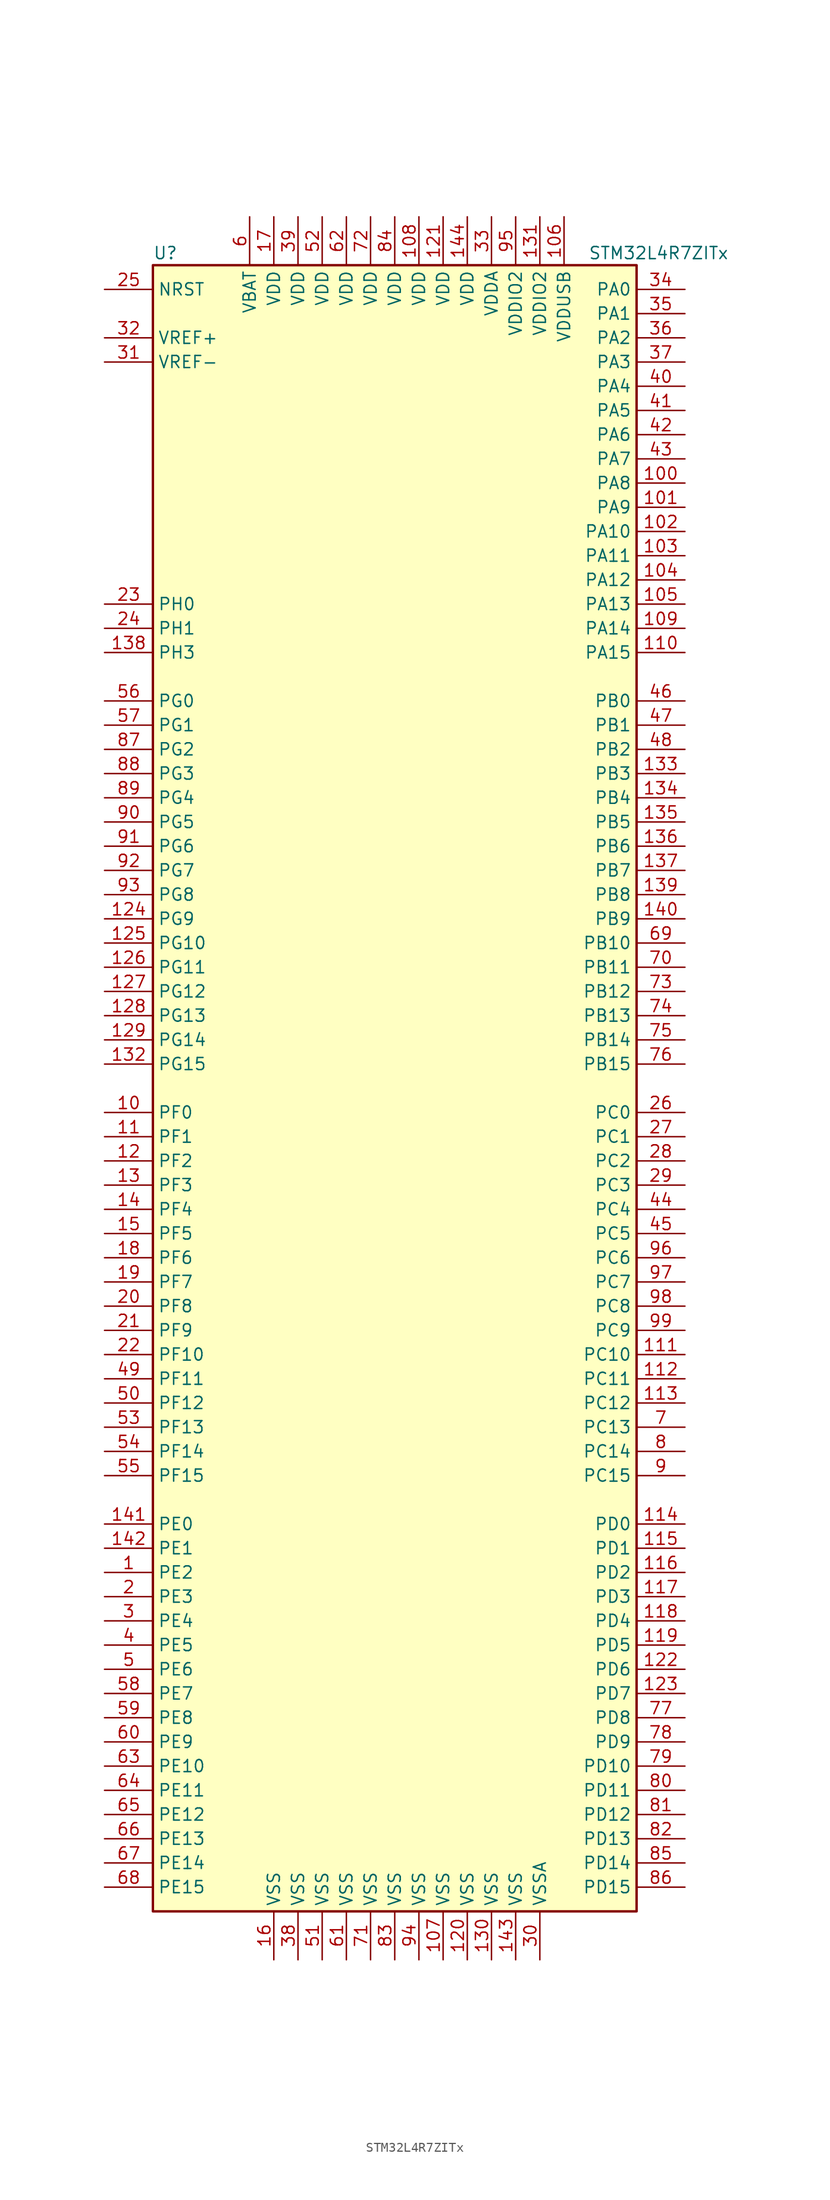
<source format=kicad_sym>
(kicad_symbol_lib
  (version 20201005)
  (generator kicad_symbol_editor)
  (symbol "MCU_ST_STM32L4+:STM32L4R7ZITx"
    (property "Reference" "U"
      (at -25.4 87.63 0)
      (effects (font (size 1.27 1.27)) (justify left)))
    (property "Value" "STM32L4R7ZITx"
      (at 20.32 87.63 0)
      (effects (font (size 1.27 1.27)) (justify left)))
    (symbol "STM32L4R7ZITx_0_1"
      (rectangle (start -25.4 -86.36) (end 25.4 86.36) (stroke (width 0.254)) (fill (type background))))
    (symbol "STM32L4R7ZITx_1_1"
      (pin input line (at -30.48 83.82 0) (length 5.08) (name "NRST" (effects (font (size 1.27 1.27)))) (number "25" (effects (font (size 1.27 1.27)))))
      (pin bidirectional line (at 30.48 83.82 180) (length 5.08) (name "PA0" (effects (font (size 1.27 1.27)))) (number "34" (effects (font (size 1.27 1.27)))))
      (pin bidirectional line (at 30.48 81.28 180) (length 5.08) (name "PA1" (effects (font (size 1.27 1.27)))) (number "35" (effects (font (size 1.27 1.27)))))
      (pin bidirectional line (at 30.48 58.42 180) (length 5.08) (name "PA10" (effects (font (size 1.27 1.27)))) (number "102" (effects (font (size 1.27 1.27)))))
      (pin bidirectional line (at 30.48 55.88 180) (length 5.08) (name "PA11" (effects (font (size 1.27 1.27)))) (number "103" (effects (font (size 1.27 1.27)))))
      (pin bidirectional line (at 30.48 53.34 180) (length 5.08) (name "PA12" (effects (font (size 1.27 1.27)))) (number "104" (effects (font (size 1.27 1.27)))))
      (pin bidirectional line (at 30.48 50.8 180) (length 5.08) (name "PA13" (effects (font (size 1.27 1.27)))) (number "105" (effects (font (size 1.27 1.27)))))
      (pin bidirectional line (at 30.48 48.26 180) (length 5.08) (name "PA14" (effects (font (size 1.27 1.27)))) (number "109" (effects (font (size 1.27 1.27)))))
      (pin bidirectional line (at 30.48 45.72 180) (length 5.08) (name "PA15" (effects (font (size 1.27 1.27)))) (number "110" (effects (font (size 1.27 1.27)))))
      (pin bidirectional line (at 30.48 78.74 180) (length 5.08) (name "PA2" (effects (font (size 1.27 1.27)))) (number "36" (effects (font (size 1.27 1.27)))))
      (pin bidirectional line (at 30.48 76.2 180) (length 5.08) (name "PA3" (effects (font (size 1.27 1.27)))) (number "37" (effects (font (size 1.27 1.27)))))
      (pin bidirectional line (at 30.48 73.66 180) (length 5.08) (name "PA4" (effects (font (size 1.27 1.27)))) (number "40" (effects (font (size 1.27 1.27)))))
      (pin bidirectional line (at 30.48 71.12 180) (length 5.08) (name "PA5" (effects (font (size 1.27 1.27)))) (number "41" (effects (font (size 1.27 1.27)))))
      (pin bidirectional line (at 30.48 68.58 180) (length 5.08) (name "PA6" (effects (font (size 1.27 1.27)))) (number "42" (effects (font (size 1.27 1.27)))))
      (pin bidirectional line (at 30.48 66.04 180) (length 5.08) (name "PA7" (effects (font (size 1.27 1.27)))) (number "43" (effects (font (size 1.27 1.27)))))
      (pin bidirectional line (at 30.48 63.5 180) (length 5.08) (name "PA8" (effects (font (size 1.27 1.27)))) (number "100" (effects (font (size 1.27 1.27)))))
      (pin bidirectional line (at 30.48 60.96 180) (length 5.08) (name "PA9" (effects (font (size 1.27 1.27)))) (number "101" (effects (font (size 1.27 1.27)))))
      (pin bidirectional line (at 30.48 40.64 180) (length 5.08) (name "PB0" (effects (font (size 1.27 1.27)))) (number "46" (effects (font (size 1.27 1.27)))))
      (pin bidirectional line (at 30.48 38.1 180) (length 5.08) (name "PB1" (effects (font (size 1.27 1.27)))) (number "47" (effects (font (size 1.27 1.27)))))
      (pin bidirectional line (at 30.48 15.24 180) (length 5.08) (name "PB10" (effects (font (size 1.27 1.27)))) (number "69" (effects (font (size 1.27 1.27)))))
      (pin bidirectional line (at 30.48 12.7 180) (length 5.08) (name "PB11" (effects (font (size 1.27 1.27)))) (number "70" (effects (font (size 1.27 1.27)))))
      (pin bidirectional line (at 30.48 10.16 180) (length 5.08) (name "PB12" (effects (font (size 1.27 1.27)))) (number "73" (effects (font (size 1.27 1.27)))))
      (pin bidirectional line (at 30.48 7.62 180) (length 5.08) (name "PB13" (effects (font (size 1.27 1.27)))) (number "74" (effects (font (size 1.27 1.27)))))
      (pin bidirectional line (at 30.48 5.08 180) (length 5.08) (name "PB14" (effects (font (size 1.27 1.27)))) (number "75" (effects (font (size 1.27 1.27)))))
      (pin bidirectional line (at 30.48 2.54 180) (length 5.08) (name "PB15" (effects (font (size 1.27 1.27)))) (number "76" (effects (font (size 1.27 1.27)))))
      (pin bidirectional line (at 30.48 35.56 180) (length 5.08) (name "PB2" (effects (font (size 1.27 1.27)))) (number "48" (effects (font (size 1.27 1.27)))))
      (pin bidirectional line (at 30.48 33.02 180) (length 5.08) (name "PB3" (effects (font (size 1.27 1.27)))) (number "133" (effects (font (size 1.27 1.27)))))
      (pin bidirectional line (at 30.48 30.48 180) (length 5.08) (name "PB4" (effects (font (size 1.27 1.27)))) (number "134" (effects (font (size 1.27 1.27)))))
      (pin bidirectional line (at 30.48 27.94 180) (length 5.08) (name "PB5" (effects (font (size 1.27 1.27)))) (number "135" (effects (font (size 1.27 1.27)))))
      (pin bidirectional line (at 30.48 25.4 180) (length 5.08) (name "PB6" (effects (font (size 1.27 1.27)))) (number "136" (effects (font (size 1.27 1.27)))))
      (pin bidirectional line (at 30.48 22.86 180) (length 5.08) (name "PB7" (effects (font (size 1.27 1.27)))) (number "137" (effects (font (size 1.27 1.27)))))
      (pin bidirectional line (at 30.48 20.32 180) (length 5.08) (name "PB8" (effects (font (size 1.27 1.27)))) (number "139" (effects (font (size 1.27 1.27)))))
      (pin bidirectional line (at 30.48 17.78 180) (length 5.08) (name "PB9" (effects (font (size 1.27 1.27)))) (number "140" (effects (font (size 1.27 1.27)))))
      (pin bidirectional line (at 30.48 -2.54 180) (length 5.08) (name "PC0" (effects (font (size 1.27 1.27)))) (number "26" (effects (font (size 1.27 1.27)))))
      (pin bidirectional line (at 30.48 -5.08 180) (length 5.08) (name "PC1" (effects (font (size 1.27 1.27)))) (number "27" (effects (font (size 1.27 1.27)))))
      (pin bidirectional line (at 30.48 -27.94 180) (length 5.08) (name "PC10" (effects (font (size 1.27 1.27)))) (number "111" (effects (font (size 1.27 1.27)))))
      (pin bidirectional line (at 30.48 -30.48 180) (length 5.08) (name "PC11" (effects (font (size 1.27 1.27)))) (number "112" (effects (font (size 1.27 1.27)))))
      (pin bidirectional line (at 30.48 -33.02 180) (length 5.08) (name "PC12" (effects (font (size 1.27 1.27)))) (number "113" (effects (font (size 1.27 1.27)))))
      (pin bidirectional line (at 30.48 -35.56 180) (length 5.08) (name "PC13" (effects (font (size 1.27 1.27)))) (number "7" (effects (font (size 1.27 1.27)))))
      (pin bidirectional line (at 30.48 -38.1 180) (length 5.08) (name "PC14" (effects (font (size 1.27 1.27)))) (number "8" (effects (font (size 1.27 1.27)))))
      (pin bidirectional line (at 30.48 -40.64 180) (length 5.08) (name "PC15" (effects (font (size 1.27 1.27)))) (number "9" (effects (font (size 1.27 1.27)))))
      (pin bidirectional line (at 30.48 -7.62 180) (length 5.08) (name "PC2" (effects (font (size 1.27 1.27)))) (number "28" (effects (font (size 1.27 1.27)))))
      (pin bidirectional line (at 30.48 -10.16 180) (length 5.08) (name "PC3" (effects (font (size 1.27 1.27)))) (number "29" (effects (font (size 1.27 1.27)))))
      (pin bidirectional line (at 30.48 -12.7 180) (length 5.08) (name "PC4" (effects (font (size 1.27 1.27)))) (number "44" (effects (font (size 1.27 1.27)))))
      (pin bidirectional line (at 30.48 -15.24 180) (length 5.08) (name "PC5" (effects (font (size 1.27 1.27)))) (number "45" (effects (font (size 1.27 1.27)))))
      (pin bidirectional line (at 30.48 -17.78 180) (length 5.08) (name "PC6" (effects (font (size 1.27 1.27)))) (number "96" (effects (font (size 1.27 1.27)))))
      (pin bidirectional line (at 30.48 -20.32 180) (length 5.08) (name "PC7" (effects (font (size 1.27 1.27)))) (number "97" (effects (font (size 1.27 1.27)))))
      (pin bidirectional line (at 30.48 -22.86 180) (length 5.08) (name "PC8" (effects (font (size 1.27 1.27)))) (number "98" (effects (font (size 1.27 1.27)))))
      (pin bidirectional line (at 30.48 -25.4 180) (length 5.08) (name "PC9" (effects (font (size 1.27 1.27)))) (number "99" (effects (font (size 1.27 1.27)))))
      (pin bidirectional line (at 30.48 -45.72 180) (length 5.08) (name "PD0" (effects (font (size 1.27 1.27)))) (number "114" (effects (font (size 1.27 1.27)))))
      (pin bidirectional line (at 30.48 -48.26 180) (length 5.08) (name "PD1" (effects (font (size 1.27 1.27)))) (number "115" (effects (font (size 1.27 1.27)))))
      (pin bidirectional line (at 30.48 -71.12 180) (length 5.08) (name "PD10" (effects (font (size 1.27 1.27)))) (number "79" (effects (font (size 1.27 1.27)))))
      (pin bidirectional line (at 30.48 -73.66 180) (length 5.08) (name "PD11" (effects (font (size 1.27 1.27)))) (number "80" (effects (font (size 1.27 1.27)))))
      (pin bidirectional line (at 30.48 -76.2 180) (length 5.08) (name "PD12" (effects (font (size 1.27 1.27)))) (number "81" (effects (font (size 1.27 1.27)))))
      (pin bidirectional line (at 30.48 -78.74 180) (length 5.08) (name "PD13" (effects (font (size 1.27 1.27)))) (number "82" (effects (font (size 1.27 1.27)))))
      (pin bidirectional line (at 30.48 -81.28 180) (length 5.08) (name "PD14" (effects (font (size 1.27 1.27)))) (number "85" (effects (font (size 1.27 1.27)))))
      (pin bidirectional line (at 30.48 -83.82 180) (length 5.08) (name "PD15" (effects (font (size 1.27 1.27)))) (number "86" (effects (font (size 1.27 1.27)))))
      (pin bidirectional line (at 30.48 -50.8 180) (length 5.08) (name "PD2" (effects (font (size 1.27 1.27)))) (number "116" (effects (font (size 1.27 1.27)))))
      (pin bidirectional line (at 30.48 -53.34 180) (length 5.08) (name "PD3" (effects (font (size 1.27 1.27)))) (number "117" (effects (font (size 1.27 1.27)))))
      (pin bidirectional line (at 30.48 -55.88 180) (length 5.08) (name "PD4" (effects (font (size 1.27 1.27)))) (number "118" (effects (font (size 1.27 1.27)))))
      (pin bidirectional line (at 30.48 -58.42 180) (length 5.08) (name "PD5" (effects (font (size 1.27 1.27)))) (number "119" (effects (font (size 1.27 1.27)))))
      (pin bidirectional line (at 30.48 -60.96 180) (length 5.08) (name "PD6" (effects (font (size 1.27 1.27)))) (number "122" (effects (font (size 1.27 1.27)))))
      (pin bidirectional line (at 30.48 -63.5 180) (length 5.08) (name "PD7" (effects (font (size 1.27 1.27)))) (number "123" (effects (font (size 1.27 1.27)))))
      (pin bidirectional line (at 30.48 -66.04 180) (length 5.08) (name "PD8" (effects (font (size 1.27 1.27)))) (number "77" (effects (font (size 1.27 1.27)))))
      (pin bidirectional line (at 30.48 -68.58 180) (length 5.08) (name "PD9" (effects (font (size 1.27 1.27)))) (number "78" (effects (font (size 1.27 1.27)))))
      (pin bidirectional line (at -30.48 -45.72 0) (length 5.08) (name "PE0" (effects (font (size 1.27 1.27)))) (number "141" (effects (font (size 1.27 1.27)))))
      (pin bidirectional line (at -30.48 -48.26 0) (length 5.08) (name "PE1" (effects (font (size 1.27 1.27)))) (number "142" (effects (font (size 1.27 1.27)))))
      (pin bidirectional line (at -30.48 -71.12 0) (length 5.08) (name "PE10" (effects (font (size 1.27 1.27)))) (number "63" (effects (font (size 1.27 1.27)))))
      (pin bidirectional line (at -30.48 -73.66 0) (length 5.08) (name "PE11" (effects (font (size 1.27 1.27)))) (number "64" (effects (font (size 1.27 1.27)))))
      (pin bidirectional line (at -30.48 -76.2 0) (length 5.08) (name "PE12" (effects (font (size 1.27 1.27)))) (number "65" (effects (font (size 1.27 1.27)))))
      (pin bidirectional line (at -30.48 -78.74 0) (length 5.08) (name "PE13" (effects (font (size 1.27 1.27)))) (number "66" (effects (font (size 1.27 1.27)))))
      (pin bidirectional line (at -30.48 -81.28 0) (length 5.08) (name "PE14" (effects (font (size 1.27 1.27)))) (number "67" (effects (font (size 1.27 1.27)))))
      (pin bidirectional line (at -30.48 -83.82 0) (length 5.08) (name "PE15" (effects (font (size 1.27 1.27)))) (number "68" (effects (font (size 1.27 1.27)))))
      (pin bidirectional line (at -30.48 -50.8 0) (length 5.08) (name "PE2" (effects (font (size 1.27 1.27)))) (number "1" (effects (font (size 1.27 1.27)))))
      (pin bidirectional line (at -30.48 -53.34 0) (length 5.08) (name "PE3" (effects (font (size 1.27 1.27)))) (number "2" (effects (font (size 1.27 1.27)))))
      (pin bidirectional line (at -30.48 -55.88 0) (length 5.08) (name "PE4" (effects (font (size 1.27 1.27)))) (number "3" (effects (font (size 1.27 1.27)))))
      (pin bidirectional line (at -30.48 -58.42 0) (length 5.08) (name "PE5" (effects (font (size 1.27 1.27)))) (number "4" (effects (font (size 1.27 1.27)))))
      (pin bidirectional line (at -30.48 -60.96 0) (length 5.08) (name "PE6" (effects (font (size 1.27 1.27)))) (number "5" (effects (font (size 1.27 1.27)))))
      (pin bidirectional line (at -30.48 -63.5 0) (length 5.08) (name "PE7" (effects (font (size 1.27 1.27)))) (number "58" (effects (font (size 1.27 1.27)))))
      (pin bidirectional line (at -30.48 -66.04 0) (length 5.08) (name "PE8" (effects (font (size 1.27 1.27)))) (number "59" (effects (font (size 1.27 1.27)))))
      (pin bidirectional line (at -30.48 -68.58 0) (length 5.08) (name "PE9" (effects (font (size 1.27 1.27)))) (number "60" (effects (font (size 1.27 1.27)))))
      (pin bidirectional line (at -30.48 -2.54 0) (length 5.08) (name "PF0" (effects (font (size 1.27 1.27)))) (number "10" (effects (font (size 1.27 1.27)))))
      (pin bidirectional line (at -30.48 -5.08 0) (length 5.08) (name "PF1" (effects (font (size 1.27 1.27)))) (number "11" (effects (font (size 1.27 1.27)))))
      (pin bidirectional line (at -30.48 -27.94 0) (length 5.08) (name "PF10" (effects (font (size 1.27 1.27)))) (number "22" (effects (font (size 1.27 1.27)))))
      (pin bidirectional line (at -30.48 -30.48 0) (length 5.08) (name "PF11" (effects (font (size 1.27 1.27)))) (number "49" (effects (font (size 1.27 1.27)))))
      (pin bidirectional line (at -30.48 -33.02 0) (length 5.08) (name "PF12" (effects (font (size 1.27 1.27)))) (number "50" (effects (font (size 1.27 1.27)))))
      (pin bidirectional line (at -30.48 -35.56 0) (length 5.08) (name "PF13" (effects (font (size 1.27 1.27)))) (number "53" (effects (font (size 1.27 1.27)))))
      (pin bidirectional line (at -30.48 -38.1 0) (length 5.08) (name "PF14" (effects (font (size 1.27 1.27)))) (number "54" (effects (font (size 1.27 1.27)))))
      (pin bidirectional line (at -30.48 -40.64 0) (length 5.08) (name "PF15" (effects (font (size 1.27 1.27)))) (number "55" (effects (font (size 1.27 1.27)))))
      (pin bidirectional line (at -30.48 -7.62 0) (length 5.08) (name "PF2" (effects (font (size 1.27 1.27)))) (number "12" (effects (font (size 1.27 1.27)))))
      (pin bidirectional line (at -30.48 -10.16 0) (length 5.08) (name "PF3" (effects (font (size 1.27 1.27)))) (number "13" (effects (font (size 1.27 1.27)))))
      (pin bidirectional line (at -30.48 -12.7 0) (length 5.08) (name "PF4" (effects (font (size 1.27 1.27)))) (number "14" (effects (font (size 1.27 1.27)))))
      (pin bidirectional line (at -30.48 -15.24 0) (length 5.08) (name "PF5" (effects (font (size 1.27 1.27)))) (number "15" (effects (font (size 1.27 1.27)))))
      (pin bidirectional line (at -30.48 -17.78 0) (length 5.08) (name "PF6" (effects (font (size 1.27 1.27)))) (number "18" (effects (font (size 1.27 1.27)))))
      (pin bidirectional line (at -30.48 -20.32 0) (length 5.08) (name "PF7" (effects (font (size 1.27 1.27)))) (number "19" (effects (font (size 1.27 1.27)))))
      (pin bidirectional line (at -30.48 -22.86 0) (length 5.08) (name "PF8" (effects (font (size 1.27 1.27)))) (number "20" (effects (font (size 1.27 1.27)))))
      (pin bidirectional line (at -30.48 -25.4 0) (length 5.08) (name "PF9" (effects (font (size 1.27 1.27)))) (number "21" (effects (font (size 1.27 1.27)))))
      (pin bidirectional line (at -30.48 40.64 0) (length 5.08) (name "PG0" (effects (font (size 1.27 1.27)))) (number "56" (effects (font (size 1.27 1.27)))))
      (pin bidirectional line (at -30.48 38.1 0) (length 5.08) (name "PG1" (effects (font (size 1.27 1.27)))) (number "57" (effects (font (size 1.27 1.27)))))
      (pin bidirectional line (at -30.48 15.24 0) (length 5.08) (name "PG10" (effects (font (size 1.27 1.27)))) (number "125" (effects (font (size 1.27 1.27)))))
      (pin bidirectional line (at -30.48 12.7 0) (length 5.08) (name "PG11" (effects (font (size 1.27 1.27)))) (number "126" (effects (font (size 1.27 1.27)))))
      (pin bidirectional line (at -30.48 10.16 0) (length 5.08) (name "PG12" (effects (font (size 1.27 1.27)))) (number "127" (effects (font (size 1.27 1.27)))))
      (pin bidirectional line (at -30.48 7.62 0) (length 5.08) (name "PG13" (effects (font (size 1.27 1.27)))) (number "128" (effects (font (size 1.27 1.27)))))
      (pin bidirectional line (at -30.48 5.08 0) (length 5.08) (name "PG14" (effects (font (size 1.27 1.27)))) (number "129" (effects (font (size 1.27 1.27)))))
      (pin bidirectional line (at -30.48 2.54 0) (length 5.08) (name "PG15" (effects (font (size 1.27 1.27)))) (number "132" (effects (font (size 1.27 1.27)))))
      (pin bidirectional line (at -30.48 35.56 0) (length 5.08) (name "PG2" (effects (font (size 1.27 1.27)))) (number "87" (effects (font (size 1.27 1.27)))))
      (pin bidirectional line (at -30.48 33.02 0) (length 5.08) (name "PG3" (effects (font (size 1.27 1.27)))) (number "88" (effects (font (size 1.27 1.27)))))
      (pin bidirectional line (at -30.48 30.48 0) (length 5.08) (name "PG4" (effects (font (size 1.27 1.27)))) (number "89" (effects (font (size 1.27 1.27)))))
      (pin bidirectional line (at -30.48 27.94 0) (length 5.08) (name "PG5" (effects (font (size 1.27 1.27)))) (number "90" (effects (font (size 1.27 1.27)))))
      (pin bidirectional line (at -30.48 25.4 0) (length 5.08) (name "PG6" (effects (font (size 1.27 1.27)))) (number "91" (effects (font (size 1.27 1.27)))))
      (pin bidirectional line (at -30.48 22.86 0) (length 5.08) (name "PG7" (effects (font (size 1.27 1.27)))) (number "92" (effects (font (size 1.27 1.27)))))
      (pin bidirectional line (at -30.48 20.32 0) (length 5.08) (name "PG8" (effects (font (size 1.27 1.27)))) (number "93" (effects (font (size 1.27 1.27)))))
      (pin bidirectional line (at -30.48 17.78 0) (length 5.08) (name "PG9" (effects (font (size 1.27 1.27)))) (number "124" (effects (font (size 1.27 1.27)))))
      (pin input line (at -30.48 50.8 0) (length 5.08) (name "PH0" (effects (font (size 1.27 1.27)))) (number "23" (effects (font (size 1.27 1.27)))))
      (pin input line (at -30.48 48.26 0) (length 5.08) (name "PH1" (effects (font (size 1.27 1.27)))) (number "24" (effects (font (size 1.27 1.27)))))
      (pin bidirectional line (at -30.48 45.72 0) (length 5.08) (name "PH3" (effects (font (size 1.27 1.27)))) (number "138" (effects (font (size 1.27 1.27)))))
      (pin power_in line (at -15.24 91.44 270) (length 5.08) (name "VBAT" (effects (font (size 1.27 1.27)))) (number "6" (effects (font (size 1.27 1.27)))))
      (pin power_in line (at 2.54 91.44 270) (length 5.08) (name "VDD" (effects (font (size 1.27 1.27)))) (number "108" (effects (font (size 1.27 1.27)))))
      (pin power_in line (at 5.08 91.44 270) (length 5.08) (name "VDD" (effects (font (size 1.27 1.27)))) (number "121" (effects (font (size 1.27 1.27)))))
      (pin power_in line (at 7.62 91.44 270) (length 5.08) (name "VDD" (effects (font (size 1.27 1.27)))) (number "144" (effects (font (size 1.27 1.27)))))
      (pin power_in line (at -12.7 91.44 270) (length 5.08) (name "VDD" (effects (font (size 1.27 1.27)))) (number "17" (effects (font (size 1.27 1.27)))))
      (pin power_in line (at -10.16 91.44 270) (length 5.08) (name "VDD" (effects (font (size 1.27 1.27)))) (number "39" (effects (font (size 1.27 1.27)))))
      (pin power_in line (at -7.62 91.44 270) (length 5.08) (name "VDD" (effects (font (size 1.27 1.27)))) (number "52" (effects (font (size 1.27 1.27)))))
      (pin power_in line (at -5.08 91.44 270) (length 5.08) (name "VDD" (effects (font (size 1.27 1.27)))) (number "62" (effects (font (size 1.27 1.27)))))
      (pin power_in line (at -2.54 91.44 270) (length 5.08) (name "VDD" (effects (font (size 1.27 1.27)))) (number "72" (effects (font (size 1.27 1.27)))))
      (pin power_in line (at 0 91.44 270) (length 5.08) (name "VDD" (effects (font (size 1.27 1.27)))) (number "84" (effects (font (size 1.27 1.27)))))
      (pin power_in line (at 10.16 91.44 270) (length 5.08) (name "VDDA" (effects (font (size 1.27 1.27)))) (number "33" (effects (font (size 1.27 1.27)))))
      (pin power_in line (at 15.24 91.44 270) (length 5.08) (name "VDDIO2" (effects (font (size 1.27 1.27)))) (number "131" (effects (font (size 1.27 1.27)))))
      (pin power_in line (at 12.7 91.44 270) (length 5.08) (name "VDDIO2" (effects (font (size 1.27 1.27)))) (number "95" (effects (font (size 1.27 1.27)))))
      (pin power_in line (at 17.78 91.44 270) (length 5.08) (name "VDDUSB" (effects (font (size 1.27 1.27)))) (number "106" (effects (font (size 1.27 1.27)))))
      (pin bidirectional line (at -30.48 78.74 0) (length 5.08) (name "VREF+" (effects (font (size 1.27 1.27)))) (number "32" (effects (font (size 1.27 1.27)))))
      (pin power_in line (at -30.48 76.2 0) (length 5.08) (name "VREF-" (effects (font (size 1.27 1.27)))) (number "31" (effects (font (size 1.27 1.27)))))
      (pin power_in line (at 5.08 -91.44 90) (length 5.08) (name "VSS" (effects (font (size 1.27 1.27)))) (number "107" (effects (font (size 1.27 1.27)))))
      (pin power_in line (at 7.62 -91.44 90) (length 5.08) (name "VSS" (effects (font (size 1.27 1.27)))) (number "120" (effects (font (size 1.27 1.27)))))
      (pin power_in line (at 10.16 -91.44 90) (length 5.08) (name "VSS" (effects (font (size 1.27 1.27)))) (number "130" (effects (font (size 1.27 1.27)))))
      (pin power_in line (at 12.7 -91.44 90) (length 5.08) (name "VSS" (effects (font (size 1.27 1.27)))) (number "143" (effects (font (size 1.27 1.27)))))
      (pin power_in line (at -12.7 -91.44 90) (length 5.08) (name "VSS" (effects (font (size 1.27 1.27)))) (number "16" (effects (font (size 1.27 1.27)))))
      (pin power_in line (at -10.16 -91.44 90) (length 5.08) (name "VSS" (effects (font (size 1.27 1.27)))) (number "38" (effects (font (size 1.27 1.27)))))
      (pin power_in line (at -7.62 -91.44 90) (length 5.08) (name "VSS" (effects (font (size 1.27 1.27)))) (number "51" (effects (font (size 1.27 1.27)))))
      (pin power_in line (at -5.08 -91.44 90) (length 5.08) (name "VSS" (effects (font (size 1.27 1.27)))) (number "61" (effects (font (size 1.27 1.27)))))
      (pin power_in line (at -2.54 -91.44 90) (length 5.08) (name "VSS" (effects (font (size 1.27 1.27)))) (number "71" (effects (font (size 1.27 1.27)))))
      (pin power_in line (at 0 -91.44 90) (length 5.08) (name "VSS" (effects (font (size 1.27 1.27)))) (number "83" (effects (font (size 1.27 1.27)))))
      (pin power_in line (at 2.54 -91.44 90) (length 5.08) (name "VSS" (effects (font (size 1.27 1.27)))) (number "94" (effects (font (size 1.27 1.27)))))
      (pin power_in line (at 15.24 -91.44 90) (length 5.08) (name "VSSA" (effects (font (size 1.27 1.27)))) (number "30" (effects (font (size 1.27 1.27))))))))
</source>
